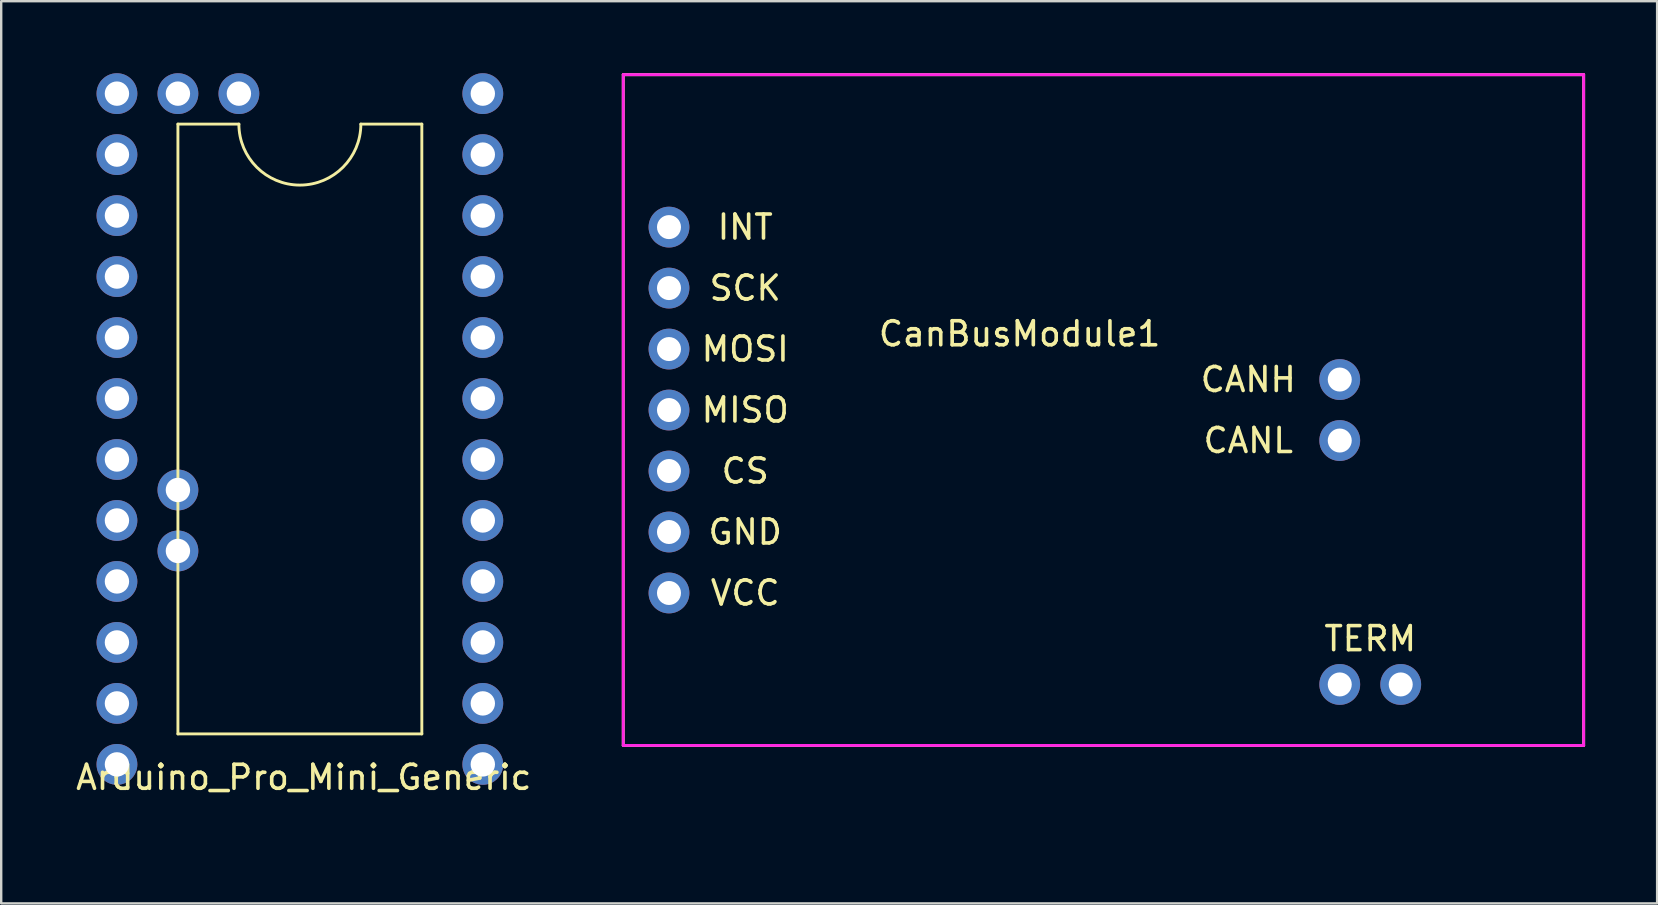
<source format=kicad_pcb>
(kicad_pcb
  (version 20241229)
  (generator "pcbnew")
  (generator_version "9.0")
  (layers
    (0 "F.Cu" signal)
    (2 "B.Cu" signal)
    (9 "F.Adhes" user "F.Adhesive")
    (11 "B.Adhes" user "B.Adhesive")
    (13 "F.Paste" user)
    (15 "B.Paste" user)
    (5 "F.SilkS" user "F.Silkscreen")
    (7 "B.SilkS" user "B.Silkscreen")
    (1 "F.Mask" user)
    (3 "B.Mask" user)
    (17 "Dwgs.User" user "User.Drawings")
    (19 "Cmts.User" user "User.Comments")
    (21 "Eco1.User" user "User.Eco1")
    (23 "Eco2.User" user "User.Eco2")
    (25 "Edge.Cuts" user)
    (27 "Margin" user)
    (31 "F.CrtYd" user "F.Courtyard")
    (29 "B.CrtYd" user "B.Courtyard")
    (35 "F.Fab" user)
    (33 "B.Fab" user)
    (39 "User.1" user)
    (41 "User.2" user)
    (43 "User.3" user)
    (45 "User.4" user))
  (footprint "Arduino_Pro_Mini_Generic"
    (layer "F.Cu")
    (at 19.601 31.33)
    (property "Reference" "Arduino_Pro_Mini_Generic" (at -10 -2 0) (layer "F.SilkS") (effects (font (size 1 1) (thickness 0.15))))
    (attr through_hole)
    (fp_line (start -15.24 -29.21) (end -15.24 -3.81) (stroke (width 0.12) (type solid)) (layer "F.SilkS"))
    (fp_line (start -15.24 -29.21) (end -12.7 -29.21) (stroke (width 0.12) (type solid)) (layer "F.SilkS"))
    (fp_line (start -15.24 -3.81) (end -5.08 -3.81) (stroke (width 0.12) (type solid)) (layer "F.SilkS"))
    (fp_line (start -5.08 -29.21) (end -7.62 -29.21) (stroke (width 0.12) (type solid)) (layer "F.SilkS"))
    (fp_line (start -5.08 -3.81) (end -5.08 -29.21) (stroke (width 0.12) (type solid)) (layer "F.SilkS"))
    (fp_arc (start -7.62 -29.21) (mid -10.16 -26.67) (end -12.7 -29.21) (stroke (width 0.12) (type solid)) (layer "F.SilkS"))
    (pad "1" thru_hole circle (at -2.54 -2.54) (size 1.7 1.7) (drill 1.016) (layers "*.Cu" "*.Mask"))
    (pad "2" thru_hole circle (at -2.54 -5.08) (size 1.7 1.7) (drill 1.016) (layers "*.Cu" "*.Mask"))
    (pad "3" thru_hole circle (at -2.54 -7.62) (size 1.7 1.7) (drill 1.016) (layers "*.Cu" "*.Mask"))
    (pad "4" thru_hole circle (at -2.54 -10.16) (size 1.7 1.7) (drill 1.016) (layers "*.Cu" "*.Mask"))
    (pad "5" thru_hole circle (at -2.54 -12.7) (size 1.7 1.7) (drill 1.016) (layers "*.Cu" "*.Mask"))
    (pad "6" thru_hole circle (at -2.54 -15.24) (size 1.7 1.7) (drill 1.016) (layers "*.Cu" "*.Mask"))
    (pad "7" thru_hole circle (at -2.54 -17.78) (size 1.7 1.7) (drill 1.016) (layers "*.Cu" "*.Mask"))
    (pad "8" thru_hole circle (at -2.54 -20.32) (size 1.7 1.7) (drill 1.016) (layers "*.Cu" "*.Mask"))
    (pad "9" thru_hole circle (at -2.54 -22.86) (size 1.7 1.7) (drill 1.016) (layers "*.Cu" "*.Mask"))
    (pad "10" thru_hole circle (at -2.54 -25.4) (size 1.7 1.7) (drill 1.016) (layers "*.Cu" "*.Mask"))
    (pad "11" thru_hole circle (at -2.54 -27.94) (size 1.7 1.7) (drill 1.016) (layers "*.Cu" "*.Mask"))
    (pad "12" thru_hole circle (at -2.54 -30.48) (size 1.7 1.7) (drill 1.016) (layers "*.Cu" "*.Mask"))
    (pad "13" thru_hole circle (at -17.78 -30.48) (size 1.7 1.7) (drill 1.016) (layers "*.Cu" "*.Mask"))
    (pad "14" thru_hole circle (at -17.78 -27.94) (size 1.7 1.7) (drill 1.016) (layers "*.Cu" "*.Mask"))
    (pad "15" thru_hole circle (at -17.78 -25.4) (size 1.7 1.7) (drill 1.016) (layers "*.Cu" "*.Mask"))
    (pad "16" thru_hole circle (at -17.78 -22.86) (size 1.7 1.7) (drill 1.016) (layers "*.Cu" "*.Mask"))
    (pad "17" thru_hole circle (at -17.78 -20.32) (size 1.7 1.7) (drill 1.016) (layers "*.Cu" "*.Mask"))
    (pad "18" thru_hole circle (at -17.78 -17.78) (size 1.7 1.7) (drill 1.016) (layers "*.Cu" "*.Mask"))
    (pad "19" thru_hole circle (at -17.78 -15.24) (size 1.7 1.7) (drill 1.016) (layers "*.Cu" "*.Mask"))
    (pad "20" thru_hole circle (at -17.78 -12.7) (size 1.7 1.7) (drill 1.016) (layers "*.Cu" "*.Mask"))
    (pad "21" thru_hole circle (at -17.78 -10.16) (size 1.7 1.7) (drill 1.016) (layers "*.Cu" "*.Mask"))
    (pad "22" thru_hole circle (at -17.78 -7.62) (size 1.7 1.7) (drill 1.016) (layers "*.Cu" "*.Mask"))
    (pad "23" thru_hole circle (at -17.78 -5.08) (size 1.7 1.7) (drill 1.016) (layers "*.Cu" "*.Mask"))
    (pad "24" thru_hole circle (at -17.78 -2.54) (size 1.7 1.7) (drill 1.016) (layers "*.Cu" "*.Mask"))
    (pad "A4" thru_hole circle (at -15.24 -13.97) (size 1.7 1.7) (drill 1.016) (layers "*.Cu" "*.Mask"))
    (pad "A5" thru_hole circle (at -15.24 -11.43) (size 1.7 1.7) (drill 1.016) (layers "*.Cu" "*.Mask"))
    (pad "A6" thru_hole circle (at -12.7 -30.48) (size 1.7 1.7) (drill 1.016) (layers "*.Cu" "*.Mask"))
    (pad "A7" thru_hole circle (at -15.24 -30.48) (size 1.7 1.7) (drill 1.016) (layers "*.Cu" "*.Mask")))
  (footprint "CanBusModule1"
    (layer "F.Cu")
    (at 43.231 14.03)
    (property "Reference" "CanBusModule1" (at -3.81 -3.175 0) (layer "F.SilkS") (effects (font (size 1 1) (thickness 0.15))))
    (attr through_hole)
    (fp_line (start -20.32 -13.97) (end -20.32 13.97) (stroke (width 0.12) (type solid)) (layer "F.SilkS"))
    (fp_line (start -20.32 13.97) (end 19.685 13.97) (stroke (width 0.12) (type solid)) (layer "F.SilkS"))
    (fp_line (start 19.685 -13.97) (end -20.32 -13.97) (stroke (width 0.12) (type solid)) (layer "F.SilkS"))
    (fp_line (start 19.685 13.97) (end 19.685 -13.97) (stroke (width 0.12) (type solid)) (layer "F.SilkS"))
    (fp_line (start -20.32 -13.97) (end -20.32 13.97) (stroke (width 0.12) (type solid)) (layer "F.CrtYd"))
    (fp_line (start -20.32 13.97) (end 19.685 13.97) (stroke (width 0.12) (type solid)) (layer "F.CrtYd"))
    (fp_line (start 19.685 -13.97) (end -20.32 -13.97) (stroke (width 0.12) (type solid)) (layer "F.CrtYd"))
    (fp_line (start 19.685 13.97) (end 19.685 -13.97) (stroke (width 0.12) (type solid)) (layer "F.CrtYd"))
    (fp_text user "INT" (at -15.24 -7.62 0) (layer "F.SilkS") (effects (font (size 1 1) (thickness 0.15))))
    (fp_text user "SCK" (at -15.24 -5.08 0) (layer "F.SilkS") (effects (font (size 1 1) (thickness 0.15))))
    (fp_text user "VCC" (at -15.24 7.62 0) (layer "F.SilkS") (effects (font (size 1 1) (thickness 0.15))))
    (fp_text user "TERM" (at 10.795 9.525 0) (layer "F.SilkS") (effects (font (size 1 1) (thickness 0.15))))
    (fp_text user "CS" (at -15.24 2.54 0) (layer "F.SilkS") (effects (font (size 1 1) (thickness 0.15))))
    (fp_text user "CANH" (at 5.715 -1.27 0) (layer "F.SilkS") (effects (font (size 1 1) (thickness 0.15))))
    (fp_text user "CANL" (at 5.715 1.27 0) (layer "F.SilkS") (effects (font (size 1 1) (thickness 0.15))))
    (fp_text user "MISO" (at -15.24 0 0) (layer "F.SilkS") (effects (font (size 1 1) (thickness 0.15))))
    (fp_text user "GND" (at -15.24 5.08 0) (layer "F.SilkS") (effects (font (size 1 1) (thickness 0.15))))
    (fp_text user "MOSI" (at -15.24 -2.54 0) (layer "F.SilkS") (effects (font (size 1 1) (thickness 0.15))))
    (pad "1" thru_hole circle (at -18.415 -7.62) (size 1.7 1.7) (drill 1) (layers "*.Cu" "*.Mask"))
    (pad "2" thru_hole circle (at -18.415 -5.08) (size 1.7 1.7) (drill 1) (layers "*.Cu" "*.Mask"))
    (pad "3" thru_hole circle (at -18.415 -2.54) (size 1.7 1.7) (drill 1) (layers "*.Cu" "*.Mask"))
    (pad "4" thru_hole circle (at -18.415 0) (size 1.7 1.7) (drill 1) (layers "*.Cu" "*.Mask"))
    (pad "5" thru_hole circle (at -18.415 2.54) (size 1.7 1.7) (drill 1) (layers "*.Cu" "*.Mask"))
    (pad "6" thru_hole circle (at -18.415 5.08) (size 1.7 1.7) (drill 1) (layers "*.Cu" "*.Mask"))
    (pad "7" thru_hole circle (at -18.415 7.62) (size 1.7 1.7) (drill 1) (layers "*.Cu" "*.Mask"))
    (pad "8" thru_hole circle (at 9.525 11.43) (size 1.7 1.7) (drill 1) (layers "*.Cu" "*.Mask"))
    (pad "9" thru_hole circle (at 12.065 11.43) (size 1.7 1.7) (drill 1) (layers "*.Cu" "*.Mask"))
    (pad "10" thru_hole circle (at 9.525 1.27) (size 1.7 1.7) (drill 1) (layers "*.Cu" "*.Mask"))
    (pad "11" thru_hole circle (at 9.525 -1.27) (size 1.7 1.7) (drill 1) (layers "*.Cu" "*.Mask")))
  (gr_rect
    (start -3 -3)
    (end 65.976 34.58)
    (stroke (width 0.1) (type default))
    (fill no)
    (layer "Edge.Cuts")))
</source>
